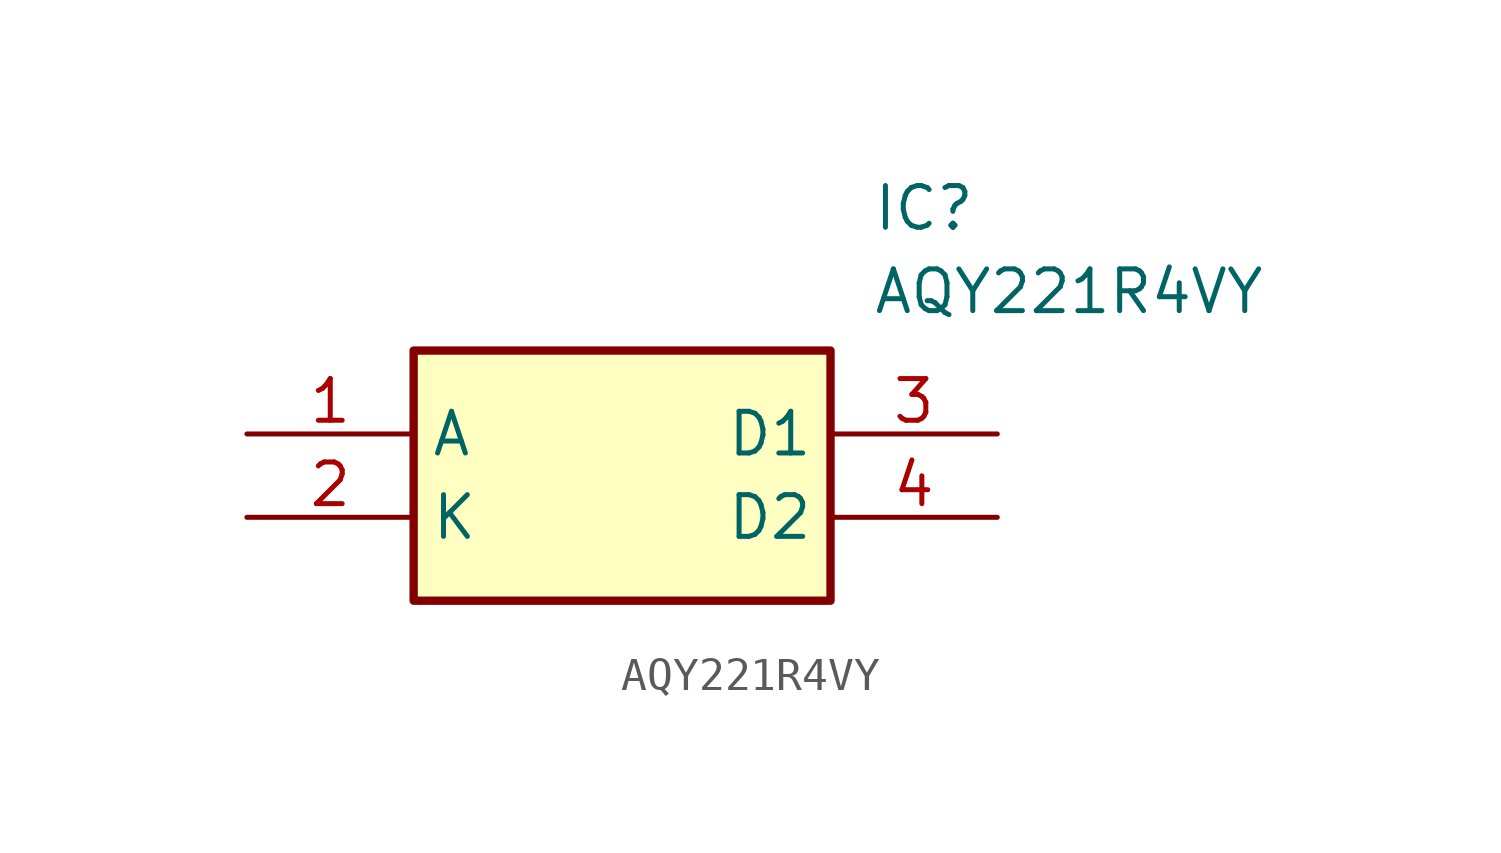
<source format=kicad_sym>
(kicad_symbol_lib
  (version 20211014)
  (generator SamacSys_ECAD_Model)
  (symbol "AQY221R4VY"
    (property "Reference" "IC"
      (at 19.05 7.62 0)
      (effects (font (size 1.27 1.27)) (justify left top)))
    (property "Value" "AQY221R4VY"
      (at 19.05 5.08 0)
      (effects (font (size 1.27 1.27)) (justify left top)))
    (rectangle
      (start 5.08 2.54)
      (end 17.78 -5.08)
      (stroke (width 0.254) (type default))
      (fill (type background)))
    (pin passive line
      (at 0 0 0)
      (length 5.08)
      (name "A" (effects (font (size 1.27 1.27))))
      (number "1" (effects (font (size 1.27 1.27)))))
    (pin passive line
      (at 0 -2.54 0)
      (length 5.08)
      (name "K" (effects (font (size 1.27 1.27))))
      (number "2" (effects (font (size 1.27 1.27)))))
    (pin passive line
      (at 22.86 0 180)
      (length 5.08)
      (name "D1" (effects (font (size 1.27 1.27))))
      (number "3" (effects (font (size 1.27 1.27)))))
    (pin passive line
      (at 22.86 -2.54 180)
      (length 5.08)
      (name "D2" (effects (font (size 1.27 1.27))))
      (number "4" (effects (font (size 1.27 1.27)))))))
</source>
